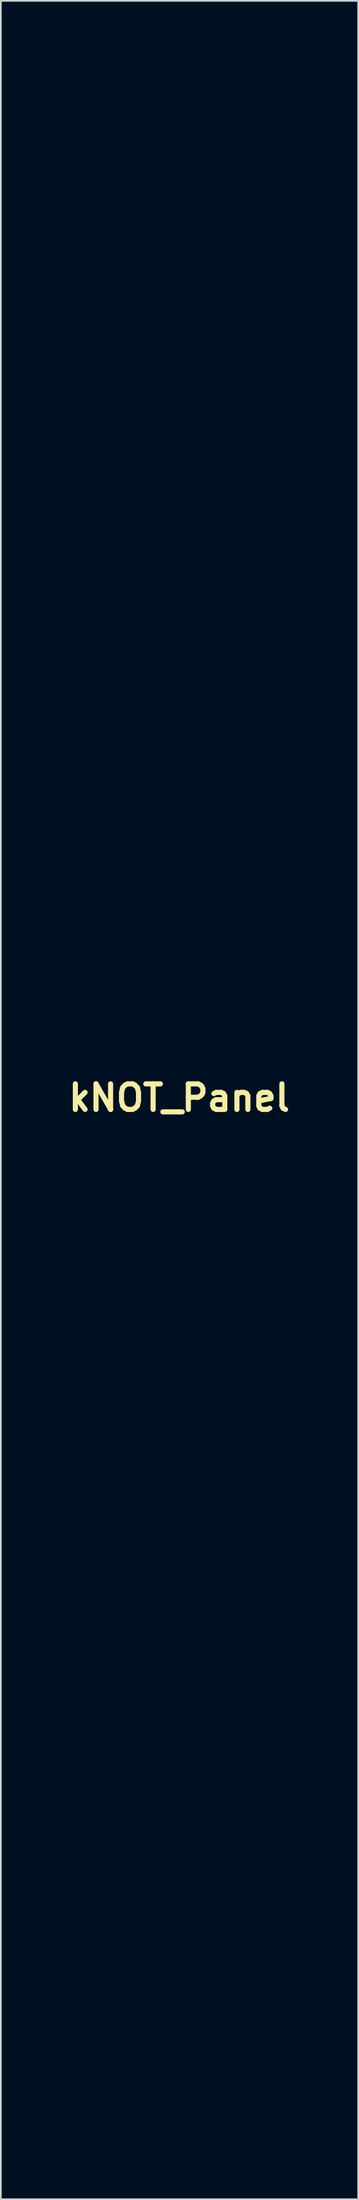
<source format=kicad_pcb>
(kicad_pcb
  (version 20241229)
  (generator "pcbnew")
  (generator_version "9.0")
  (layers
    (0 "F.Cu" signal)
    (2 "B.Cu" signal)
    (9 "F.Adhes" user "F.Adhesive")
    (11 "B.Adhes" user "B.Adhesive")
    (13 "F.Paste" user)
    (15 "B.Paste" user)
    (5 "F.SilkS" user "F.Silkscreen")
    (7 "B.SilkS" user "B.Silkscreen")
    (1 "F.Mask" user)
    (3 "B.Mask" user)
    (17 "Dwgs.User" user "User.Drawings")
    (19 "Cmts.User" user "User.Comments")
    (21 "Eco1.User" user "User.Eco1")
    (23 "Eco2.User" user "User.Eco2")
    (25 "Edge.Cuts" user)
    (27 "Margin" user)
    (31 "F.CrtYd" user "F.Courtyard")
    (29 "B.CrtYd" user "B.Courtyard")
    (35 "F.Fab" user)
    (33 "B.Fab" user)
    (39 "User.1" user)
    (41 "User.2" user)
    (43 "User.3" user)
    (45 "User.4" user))
  (footprint "kNOT_Panel"
    (layer "F.Cu")
    (at 7.488 61.354)
    (property "Reference" "kNOT_Panel" (at 0 0 0) (layer "F.SilkS") (effects (font (size 1.5 1.5) (thickness 0.3))))
    (attr board_only exclude_from_pos_files exclude_from_bom)
    (fp_poly (pts (xy -3.873 -34.485) (xy -3.873 -34.34) (xy -4.986 -34.34) (xy -6.1 -34.34) (xy -6.1 -34.485) (xy -6.1 -34.63) (xy -4.986 -34.63) (xy -3.873 -34.63)) (stroke (width 0) (type solid)) (fill yes) (layer "F.Mask"))
    (fp_poly (pts (xy -3.873 3.599) (xy -3.873 3.744) (xy -4.986 3.744) (xy -6.1 3.744) (xy -6.1 3.599) (xy -6.1 3.453) (xy -4.986 3.453) (xy -3.873 3.453)) (stroke (width 0) (type solid)) (fill yes) (layer "F.Mask"))
    (fp_poly (pts (xy -3.873 41.715) (xy -3.873 41.86) (xy -4.986 41.86) (xy -6.1 41.86) (xy -6.1 41.715) (xy -6.1 41.57) (xy -4.986 41.57) (xy -3.873 41.57)) (stroke (width 0) (type solid)) (fill yes) (layer "F.Mask"))
    (fp_poly (pts (xy -2.453 -61.128) (xy -2.453 -60.902) (xy -4.97 -60.902) (xy -7.488 -60.902) (xy -7.488 -61.128) (xy -7.488 -61.354) (xy -4.97 -61.354) (xy -2.453 -61.354)) (stroke (width 0) (type solid)) (fill yes) (layer "F.Mask"))
    (fp_poly (pts (xy -2.453 61.386) (xy -2.453 61.612) (xy -4.97 61.612) (xy -7.488 61.612) (xy -7.488 61.386) (xy -7.488 61.16) (xy -4.97 61.16) (xy -2.453 61.16)) (stroke (width 0) (type solid)) (fill yes) (layer "F.Mask"))
    (fp_poly (pts (xy 0.194 -23.689) (xy 0.194 -23.238) (xy 0 -23.238) (xy -0.194 -23.238) (xy -0.194 -23.689) (xy -0.194 -24.141) (xy 0 -24.141) (xy 0.194 -24.141)) (stroke (width 0) (type solid)) (fill yes) (layer "F.Mask"))
    (fp_poly (pts (xy 0.194 -22.35) (xy 0.194 -21.947) (xy 0 -21.947) (xy -0.194 -21.947) (xy -0.194 -22.35) (xy -0.194 -22.753) (xy 0 -22.753) (xy 0.194 -22.753)) (stroke (width 0) (type solid)) (fill yes) (layer "F.Mask"))
    (fp_poly (pts (xy 0.194 -21.059) (xy 0.194 -20.656) (xy 0 -20.656) (xy -0.194 -20.656) (xy -0.194 -21.059) (xy -0.194 -21.463) (xy 0 -21.463) (xy 0.194 -21.463)) (stroke (width 0) (type solid)) (fill yes) (layer "F.Mask"))
    (fp_poly (pts (xy 0.194 -19.768) (xy 0.194 -19.365) (xy 0 -19.365) (xy -0.194 -19.365) (xy -0.194 -19.768) (xy -0.194 -20.172) (xy 0 -20.172) (xy 0.194 -20.172)) (stroke (width 0) (type solid)) (fill yes) (layer "F.Mask"))
    (fp_poly (pts (xy 0.194 -18.477) (xy 0.194 -18.074) (xy 0 -18.074) (xy -0.194 -18.074) (xy -0.194 -18.477) (xy -0.194 -18.881) (xy 0 -18.881) (xy 0.194 -18.881)) (stroke (width 0) (type solid)) (fill yes) (layer "F.Mask"))
    (fp_poly (pts (xy 0.194 -17.186) (xy 0.194 -16.783) (xy 0 -16.783) (xy -0.194 -16.783) (xy -0.194 -17.186) (xy -0.194 -17.59) (xy 0 -17.59) (xy 0.194 -17.59)) (stroke (width 0) (type solid)) (fill yes) (layer "F.Mask"))
    (fp_poly (pts (xy 0.194 -15.895) (xy 0.194 -15.492) (xy 0 -15.492) (xy -0.194 -15.492) (xy -0.194 -15.895) (xy -0.194 -16.299) (xy 0 -16.299) (xy 0.194 -16.299)) (stroke (width 0) (type solid)) (fill yes) (layer "F.Mask"))
    (fp_poly (pts (xy 0.194 14.524) (xy 0.194 14.975) (xy 0 14.975) (xy -0.194 14.975) (xy -0.194 14.524) (xy -0.194 14.072) (xy 0 14.072) (xy 0.194 14.072)) (stroke (width 0) (type solid)) (fill yes) (layer "F.Mask"))
    (fp_poly (pts (xy 0.194 15.863) (xy 0.194 16.266) (xy 0 16.266) (xy -0.194 16.266) (xy -0.194 15.863) (xy -0.194 15.459) (xy 0 15.459) (xy 0.194 15.459)) (stroke (width 0) (type solid)) (fill yes) (layer "F.Mask"))
    (fp_poly (pts (xy 0.194 17.154) (xy 0.194 17.557) (xy 0 17.557) (xy -0.194 17.557) (xy -0.194 17.154) (xy -0.194 16.75) (xy 0 16.75) (xy 0.194 16.75)) (stroke (width 0) (type solid)) (fill yes) (layer "F.Mask"))
    (fp_poly (pts (xy 0.194 18.445) (xy 0.194 18.848) (xy 0 18.848) (xy -0.194 18.848) (xy -0.194 18.445) (xy -0.194 18.041) (xy 0 18.041) (xy 0.194 18.041)) (stroke (width 0) (type solid)) (fill yes) (layer "F.Mask"))
    (fp_poly (pts (xy 0.194 19.736) (xy 0.194 20.139) (xy 0 20.139) (xy -0.194 20.139) (xy -0.194 19.736) (xy -0.194 19.332) (xy 0 19.332) (xy 0.194 19.332)) (stroke (width 0) (type solid)) (fill yes) (layer "F.Mask"))
    (fp_poly (pts (xy 0.194 21.027) (xy 0.194 21.43) (xy 0 21.43) (xy -0.194 21.43) (xy -0.194 21.027) (xy -0.194 20.623) (xy 0 20.623) (xy 0.194 20.623)) (stroke (width 0) (type solid)) (fill yes) (layer "F.Mask"))
    (fp_poly (pts (xy 0.194 22.318) (xy 0.194 22.721) (xy 0 22.721) (xy -0.194 22.721) (xy -0.194 22.318) (xy -0.194 21.914) (xy 0 21.914) (xy 0.194 21.914)) (stroke (width 0) (type solid)) (fill yes) (layer "F.Mask"))
    (fp_poly (pts (xy 0.226 -33.775) (xy 0.226 -33.34) (xy 0 -33.34) (xy -0.226 -33.34) (xy -0.226 -33.775) (xy -0.226 -34.211) (xy 0 -34.211) (xy 0.226 -34.211)) (stroke (width 0) (type solid)) (fill yes) (layer "F.Mask"))
    (fp_poly (pts (xy 0.226 4.309) (xy 0.226 4.744) (xy 0 4.744) (xy -0.226 4.744) (xy -0.226 4.309) (xy -0.226 3.873) (xy 0 3.873) (xy 0.226 3.873)) (stroke (width 0) (type solid)) (fill yes) (layer "F.Mask"))
    (fp_poly (pts (xy 0.226 42.425) (xy 0.226 42.86) (xy 0 42.86) (xy -0.226 42.86) (xy -0.226 42.425) (xy -0.226 41.989) (xy 0 41.989) (xy 0.226 41.989)) (stroke (width 0) (type solid)) (fill yes) (layer "F.Mask"))
    (fp_poly (pts (xy 6.971 -57.562) (xy 6.971 -57.352) (xy 1.614 -57.352) (xy -3.744 -57.352) (xy -3.744 -57.562) (xy -3.744 -57.771) (xy 1.614 -57.771) (xy 6.971 -57.771)) (stroke (width 0) (type solid)) (fill yes) (layer "F.Mask"))
    (fp_poly (pts (xy 7.52 -61.128) (xy 7.52 -60.902) (xy 5.003 -60.902) (xy 2.485 -60.902) (xy 2.485 -61.128) (xy 2.485 -61.354) (xy 5.003 -61.354) (xy 7.52 -61.354)) (stroke (width 0) (type solid)) (fill yes) (layer "F.Mask"))
    (fp_poly (pts (xy 7.52 61.386) (xy 7.52 61.612) (xy 5.003 61.612) (xy 2.485 61.612) (xy 2.485 61.386) (xy 2.485 61.16) (xy 5.003 61.16) (xy 7.52 61.16)) (stroke (width 0) (type solid)) (fill yes) (layer "F.Mask"))
    (fp_poly (pts (xy 6.939 -56.626) (xy 6.939 -56.383) (xy 6.326 -56.383) (xy 5.713 -56.383) (xy 5.713 -55.286) (xy 5.713 -54.189) (xy 5.39 -54.189) (xy 5.067 -54.189) (xy 5.067 -55.286) (xy 5.067 -56.383) (xy 4.454 -56.383) (xy 3.841 -56.383) (xy 3.841 -56.626) (xy 3.841 -56.868) (xy 5.39 -56.868) (xy 6.939 -56.868)) (stroke (width 0) (type solid)) (fill yes) (layer "F.Mask"))
    (fp_poly (pts (xy -6.157 -55.952) (xy -6.148 -55.52) (xy -5.535 -55.95) (xy -4.922 -56.381) (xy -4.519 -56.382) (xy -4.117 -56.383) (xy -4.841 -55.899) (xy -5.034 -55.769) (xy -5.209 -55.651) (xy -5.36 -55.549) (xy -5.479 -55.467) (xy -5.559 -55.412) (xy -5.592 -55.387) (xy -5.593 -55.387) (xy -5.574 -55.362) (xy -5.508 -55.306) (xy -5.401 -55.222) (xy -5.26 -55.116) (xy -5.09 -54.991) (xy -4.897 -54.854) (xy -4.796 -54.782) (xy -3.973 -54.205) (xy -4.391 -54.196) (xy -4.81 -54.187) (xy -5.479 -54.671) (xy -6.148 -55.154) (xy -6.157 -54.672) (xy -6.166 -54.189) (xy -6.44 -54.189) (xy -6.713 -54.189) (xy -6.713 -55.286) (xy -6.713 -56.383) (xy -6.44 -56.383) (xy -6.166 -56.383)) (stroke (width 0) (type solid)) (fill yes) (layer "F.Mask"))
    (fp_poly (pts (xy -4.989 -51.832) (xy -4.793 -51.831) (xy -4.32 -50.993) (xy -3.847 -50.155) (xy -4.069 -50.155) (xy -4.292 -50.155) (xy -4.389 -50.348) (xy -4.487 -50.542) (xy -5.013 -50.542) (xy -5.539 -50.542) (xy -5.632 -50.348) (xy -5.724 -50.155) (xy -5.926 -50.155) (xy -6.128 -50.155) (xy -5.869 -50.614) (xy -5.759 -50.81) (xy -5.733 -50.857) (xy -5.352 -50.857) (xy -5.327 -50.847) (xy -5.249 -50.839) (xy -5.132 -50.834) (xy -5.007 -50.832) (xy -4.651 -50.832) (xy -4.799 -51.115) (xy -4.866 -51.24) (xy -4.926 -51.345) (xy -4.969 -51.417) (xy -4.984 -51.437) (xy -5.008 -51.442) (xy -5.044 -51.409) (xy -5.096 -51.331) (xy -5.169 -51.201) (xy -5.181 -51.179) (xy -5.248 -51.054) (xy -5.304 -50.95) (xy -5.341 -50.879) (xy -5.352 -50.857) (xy -5.733 -50.857) (xy -5.639 -51.024) (xy -5.521 -51.234) (xy -5.419 -51.416) (xy -5.397 -51.454) (xy -5.184 -51.833)) (stroke (width 0) (type solid)) (fill yes) (layer "F.Mask"))
    (fp_poly (pts (xy -4.989 -33.952) (xy -4.793 -33.951) (xy -4.32 -33.113) (xy -3.847 -32.274) (xy -4.069 -32.274) (xy -4.292 -32.274) (xy -4.389 -32.468) (xy -4.487 -32.662) (xy -5.013 -32.662) (xy -5.539 -32.662) (xy -5.632 -32.468) (xy -5.724 -32.274) (xy -5.926 -32.274) (xy -6.128 -32.274) (xy -5.869 -32.734) (xy -5.759 -32.93) (xy -5.733 -32.977) (xy -5.352 -32.977) (xy -5.327 -32.967) (xy -5.249 -32.959) (xy -5.132 -32.954) (xy -5.007 -32.952) (xy -4.651 -32.952) (xy -4.799 -33.235) (xy -4.866 -33.36) (xy -4.926 -33.465) (xy -4.969 -33.537) (xy -4.984 -33.557) (xy -5.008 -33.562) (xy -5.044 -33.529) (xy -5.096 -33.451) (xy -5.169 -33.321) (xy -5.181 -33.299) (xy -5.248 -33.174) (xy -5.304 -33.069) (xy -5.341 -32.999) (xy -5.352 -32.977) (xy -5.733 -32.977) (xy -5.639 -33.144) (xy -5.521 -33.354) (xy -5.419 -33.536) (xy -5.397 -33.574) (xy -5.184 -33.953)) (stroke (width 0) (type solid)) (fill yes) (layer "F.Mask"))
    (fp_poly (pts (xy -0.613 -55.528) (xy -0.613 -54.189) (xy -0.831 -54.19) (xy -1.049 -54.191) (xy -1.985 -54.983) (xy -2.201 -55.167) (xy -2.407 -55.343) (xy -2.597 -55.505) (xy -2.763 -55.648) (xy -2.899 -55.767) (xy -2.999 -55.855) (xy -3.057 -55.907) (xy -3.058 -55.909) (xy -3.195 -56.042) (xy -3.195 -55.115) (xy -3.195 -54.189) (xy -3.47 -54.189) (xy -3.744 -54.189) (xy -3.744 -55.528) (xy -3.744 -56.868) (xy -3.526 -56.867) (xy -3.308 -56.866) (xy -2.291 -56.01) (xy -2.07 -55.823) (xy -1.862 -55.647) (xy -1.674 -55.487) (xy -1.511 -55.347) (xy -1.378 -55.232) (xy -1.282 -55.147) (xy -1.227 -55.097) (xy -1.218 -55.088) (xy -1.202 -55.071) (xy -1.189 -55.068) (xy -1.179 -55.086) (xy -1.172 -55.131) (xy -1.167 -55.209) (xy -1.164 -55.327) (xy -1.163 -55.492) (xy -1.162 -55.708) (xy -1.162 -55.944) (xy -1.162 -56.868) (xy -0.888 -56.868) (xy -0.613 -56.868)) (stroke (width 0) (type solid)) (fill yes) (layer "F.Mask"))
    (fp_poly (pts (xy -0.008 -15.001) (xy 0.178 -14.991) (xy 0.194 -14.495) (xy 0.21 -13.999) (xy 0.355 -14.183) (xy 0.434 -14.283) (xy 0.504 -14.371) (xy 0.548 -14.426) (xy 0.549 -14.427) (xy 0.59 -14.477) (xy 0.659 -14.564) (xy 0.744 -14.672) (xy 0.791 -14.73) (xy 0.984 -14.974) (xy 0.994 -14.635) (xy 0.995 -14.46) (xy 0.989 -14.342) (xy 0.974 -14.272) (xy 0.961 -14.252) (xy 0.93 -14.215) (xy 0.865 -14.135) (xy 0.773 -14.021) (xy 0.659 -13.879) (xy 0.532 -13.718) (xy 0.47 -13.64) (xy 0.34 -13.476) (xy 0.223 -13.331) (xy 0.125 -13.211) (xy 0.052 -13.124) (xy 0.01 -13.077) (xy 0.002 -13.071) (xy -0.022 -13.095) (xy -0.081 -13.163) (xy -0.169 -13.268) (xy -0.279 -13.402) (xy -0.407 -13.56) (xy -0.508 -13.686) (xy -1.001 -14.3) (xy -1.001 -14.64) (xy -0.999 -14.792) (xy -0.994 -14.889) (xy -0.985 -14.937) (xy -0.97 -14.945) (xy -0.96 -14.937) (xy -0.926 -14.898) (xy -0.861 -14.817) (xy -0.772 -14.707) (xy -0.669 -14.578) (xy -0.629 -14.528) (xy -0.519 -14.389) (xy -0.417 -14.261) (xy -0.334 -14.157) (xy -0.278 -14.088) (xy -0.267 -14.076) (xy -0.196 -13.991) (xy -0.195 -14.501) (xy -0.194 -15.011)) (stroke (width 0) (type solid)) (fill yes) (layer "F.Mask"))
    (fp_poly (pts (xy -0.008 23.212) (xy 0.178 23.221) (xy 0.194 23.718) (xy 0.21 24.214) (xy 0.355 24.03) (xy 0.434 23.93) (xy 0.504 23.842) (xy 0.548 23.787) (xy 0.549 23.786) (xy 0.59 23.735) (xy 0.659 23.649) (xy 0.744 23.541) (xy 0.791 23.483) (xy 0.984 23.239) (xy 0.994 23.578) (xy 0.995 23.753) (xy 0.989 23.871) (xy 0.974 23.941) (xy 0.961 23.961) (xy 0.93 23.998) (xy 0.865 24.078) (xy 0.773 24.192) (xy 0.659 24.334) (xy 0.532 24.495) (xy 0.47 24.573) (xy 0.34 24.737) (xy 0.223 24.882) (xy 0.125 25.002) (xy 0.052 25.089) (xy 0.01 25.136) (xy 0.002 25.142) (xy -0.022 25.118) (xy -0.081 25.05) (xy -0.169 24.945) (xy -0.279 24.811) (xy -0.407 24.653) (xy -0.508 24.527) (xy -1.001 23.913) (xy -1.001 23.573) (xy -0.999 23.421) (xy -0.994 23.324) (xy -0.985 23.276) (xy -0.97 23.268) (xy -0.96 23.276) (xy -0.926 23.315) (xy -0.861 23.396) (xy -0.772 23.506) (xy -0.669 23.635) (xy -0.629 23.685) (xy -0.519 23.824) (xy -0.417 23.952) (xy -0.334 24.056) (xy -0.278 24.125) (xy -0.267 24.137) (xy -0.196 24.222) (xy -0.195 23.712) (xy -0.194 23.202)) (stroke (width 0) (type solid)) (fill yes) (layer "F.Mask"))
    (fp_poly (pts (xy -4.712 24.369) (xy -4.506 24.374) (xy -4.355 24.382) (xy -4.254 24.393) (xy -4.197 24.408) (xy -4.196 24.409) (xy -4.121 24.479) (xy -4.066 24.597) (xy -4.038 24.746) (xy -4.036 24.793) (xy -4.038 24.86) (xy -4.056 24.902) (xy -4.103 24.93) (xy -4.19 24.95) (xy -4.301 24.966) (xy -4.454 24.988) (xy -4.454 24.823) (xy -4.454 24.658) (xy -4.97 24.658) (xy -5.487 24.658) (xy -5.487 25.19) (xy -5.487 25.723) (xy -4.97 25.723) (xy -4.454 25.723) (xy -4.454 25.542) (xy -4.454 25.362) (xy -4.317 25.385) (xy -4.181 25.411) (xy -4.097 25.44) (xy -4.054 25.481) (xy -4.037 25.544) (xy -4.036 25.601) (xy -4.054 25.768) (xy -4.101 25.901) (xy -4.172 25.989) (xy -4.196 26.004) (xy -4.25 26.019) (xy -4.35 26.031) (xy -4.498 26.039) (xy -4.701 26.043) (xy -4.963 26.045) (xy -4.977 26.045) (xy -5.206 26.045) (xy -5.381 26.044) (xy -5.508 26.041) (xy -5.599 26.035) (xy -5.661 26.026) (xy -5.704 26.012) (xy -5.736 25.993) (xy -5.767 25.968) (xy -5.858 25.89) (xy -5.858 25.206) (xy -5.858 24.523) (xy -5.767 24.445) (xy -5.736 24.42) (xy -5.703 24.4) (xy -5.66 24.387) (xy -5.598 24.377) (xy -5.507 24.372) (xy -5.379 24.369) (xy -5.204 24.368) (xy -4.977 24.368)) (stroke (width 0) (type solid)) (fill yes) (layer "F.Mask"))
    (fp_poly (pts (xy -4.712 42.249) (xy -4.506 42.254) (xy -4.355 42.262) (xy -4.254 42.273) (xy -4.197 42.288) (xy -4.196 42.289) (xy -4.121 42.359) (xy -4.066 42.477) (xy -4.038 42.626) (xy -4.036 42.673) (xy -4.038 42.74) (xy -4.056 42.782) (xy -4.103 42.81) (xy -4.19 42.83) (xy -4.301 42.846) (xy -4.454 42.868) (xy -4.454 42.703) (xy -4.454 42.538) (xy -4.97 42.538) (xy -5.487 42.538) (xy -5.487 43.07) (xy -5.487 43.603) (xy -4.97 43.603) (xy -4.454 43.603) (xy -4.454 43.422) (xy -4.454 43.242) (xy -4.317 43.265) (xy -4.181 43.291) (xy -4.097 43.32) (xy -4.054 43.361) (xy -4.037 43.424) (xy -4.036 43.481) (xy -4.054 43.648) (xy -4.101 43.781) (xy -4.172 43.869) (xy -4.196 43.884) (xy -4.25 43.899) (xy -4.35 43.911) (xy -4.498 43.919) (xy -4.701 43.923) (xy -4.963 43.925) (xy -4.977 43.925) (xy -5.206 43.925) (xy -5.381 43.924) (xy -5.508 43.921) (xy -5.599 43.915) (xy -5.661 43.906) (xy -5.704 43.892) (xy -5.736 43.873) (xy -5.767 43.848) (xy -5.858 43.77) (xy -5.858 43.086) (xy -5.858 42.403) (xy -5.767 42.325) (xy -5.736 42.3) (xy -5.703 42.28) (xy -5.66 42.267) (xy -5.598 42.257) (xy -5.507 42.252) (xy -5.379 42.249) (xy -5.204 42.248) (xy -4.977 42.248)) (stroke (width 0) (type solid)) (fill yes) (layer "F.Mask"))
    (fp_poly (pts (xy -4.82 -13.749) (xy -4.628 -13.748) (xy -4.484 -13.745) (xy -4.379 -13.741) (xy -4.306 -13.734) (xy -4.256 -13.723) (xy -4.221 -13.707) (xy -4.192 -13.687) (xy -4.176 -13.674) (xy -4.121 -13.613) (xy -4.09 -13.536) (xy -4.074 -13.42) (xy -4.074 -13.417) (xy -4.069 -13.256) (xy -4.087 -13.142) (xy -4.134 -13.062) (xy -4.205 -13.006) (xy -4.262 -12.966) (xy -4.278 -12.944) (xy -4.273 -12.942) (xy -4.228 -12.921) (xy -4.164 -12.869) (xy -4.152 -12.857) (xy -4.107 -12.806) (xy -4.082 -12.751) (xy -4.07 -12.673) (xy -4.067 -12.553) (xy -4.067 -12.532) (xy -4.069 -12.406) (xy -4.079 -12.304) (xy -4.105 -12.226) (xy -4.152 -12.168) (xy -4.227 -12.126) (xy -4.337 -12.098) (xy -4.487 -12.082) (xy -4.686 -12.074) (xy -4.939 -12.071) (xy -5.114 -12.071) (xy -5.874 -12.071) (xy -5.874 -12.587) (xy -5.487 -12.587) (xy -5.487 -12.361) (xy -5.017 -12.361) (xy -4.841 -12.363) (xy -4.687 -12.37) (xy -4.567 -12.379) (xy -4.495 -12.39) (xy -4.484 -12.395) (xy -4.444 -12.432) (xy -4.425 -12.5) (xy -4.422 -12.587) (xy -4.428 -12.692) (xy -4.451 -12.752) (xy -4.484 -12.78) (xy -4.538 -12.792) (xy -4.644 -12.802) (xy -4.789 -12.809) (xy -4.959 -12.813) (xy -5.017 -12.813) (xy -5.487 -12.813) (xy -5.487 -12.587) (xy -5.874 -12.587) (xy -5.874 -12.91) (xy -5.874 -13.281) (xy -5.487 -13.281) (xy -5.487 -13.103) (xy -4.993 -13.103) (xy -4.772 -13.106) (xy -4.612 -13.113) (xy -4.51 -13.124) (xy -4.461 -13.141) (xy -4.46 -13.142) (xy -4.433 -13.2) (xy -4.422 -13.281) (xy -4.425 -13.345) (xy -4.442 -13.391) (xy -4.48 -13.423) (xy -4.548 -13.443) (xy -4.656 -13.453) (xy -4.813 -13.458) (xy -4.993 -13.458) (xy -5.487 -13.458) (xy -5.487 -13.281) (xy -5.874 -13.281) (xy -5.874 -13.749) (xy -5.069 -13.749)) (stroke (width 0) (type solid)) (fill yes) (layer "F.Mask"))
    (fp_poly (pts (xy -4.82 4.131) (xy -4.628 4.132) (xy -4.484 4.135) (xy -4.379 4.139) (xy -4.306 4.146) (xy -4.256 4.157) (xy -4.221 4.173) (xy -4.192 4.193) (xy -4.176 4.206) (xy -4.121 4.267) (xy -4.09 4.344) (xy -4.074 4.46) (xy -4.074 4.463) (xy -4.069 4.624) (xy -4.087 4.738) (xy -4.134 4.818) (xy -4.205 4.874) (xy -4.262 4.914) (xy -4.278 4.936) (xy -4.273 4.938) (xy -4.228 4.959) (xy -4.164 5.011) (xy -4.152 5.023) (xy -4.107 5.074) (xy -4.082 5.129) (xy -4.07 5.207) (xy -4.067 5.327) (xy -4.067 5.348) (xy -4.069 5.475) (xy -4.079 5.576) (xy -4.105 5.654) (xy -4.152 5.713) (xy -4.227 5.754) (xy -4.337 5.782) (xy -4.487 5.798) (xy -4.686 5.806) (xy -4.939 5.809) (xy -5.114 5.809) (xy -5.874 5.809) (xy -5.874 5.293) (xy -5.487 5.293) (xy -5.487 5.519) (xy -5.017 5.519) (xy -4.841 5.517) (xy -4.687 5.511) (xy -4.567 5.501) (xy -4.495 5.49) (xy -4.484 5.486) (xy -4.444 5.448) (xy -4.425 5.38) (xy -4.422 5.293) (xy -4.428 5.188) (xy -4.451 5.128) (xy -4.484 5.101) (xy -4.538 5.088) (xy -4.644 5.078) (xy -4.789 5.071) (xy -4.959 5.067) (xy -5.017 5.067) (xy -5.487 5.067) (xy -5.487 5.293) (xy -5.874 5.293) (xy -5.874 4.97) (xy -5.874 4.599) (xy -5.487 4.599) (xy -5.487 4.777) (xy -4.993 4.777) (xy -4.772 4.774) (xy -4.612 4.768) (xy -4.51 4.756) (xy -4.461 4.739) (xy -4.46 4.738) (xy -4.433 4.68) (xy -4.422 4.599) (xy -4.425 4.535) (xy -4.442 4.489) (xy -4.48 4.457) (xy -4.548 4.438) (xy -4.656 4.427) (xy -4.813 4.422) (xy -4.993 4.422) (xy -5.487 4.422) (xy -5.487 4.599) (xy -5.874 4.599) (xy -5.874 4.131) (xy -5.069 4.131)) (stroke (width 0) (type solid)) (fill yes) (layer "F.Mask"))
    (fp_poly (pts (xy 1.585 -56.864) (xy 1.89 -56.862) (xy 1.998 -56.861) (xy 2.321 -56.858) (xy 2.586 -56.856) (xy 2.798 -56.853) (xy 2.965 -56.85) (xy 3.093 -56.845) (xy 3.188 -56.839) (xy 3.256 -56.831) (xy 3.304 -56.822) (xy 3.338 -56.809) (xy 3.365 -56.794) (xy 3.378 -56.785) (xy 3.433 -56.742) (xy 3.477 -56.7) (xy 3.512 -56.649) (xy 3.538 -56.584) (xy 3.556 -56.497) (xy 3.568 -56.381) (xy 3.575 -56.228) (xy 3.578 -56.033) (xy 3.578 -55.786) (xy 3.575 -55.494) (xy 3.572 -55.199) (xy 3.569 -54.961) (xy 3.563 -54.773) (xy 3.555 -54.628) (xy 3.542 -54.519) (xy 3.523 -54.439) (xy 3.498 -54.381) (xy 3.465 -54.337) (xy 3.422 -54.301) (xy 3.37 -54.265) (xy 3.366 -54.262) (xy 3.339 -54.248) (xy 3.303 -54.236) (xy 3.252 -54.226) (xy 3.179 -54.218) (xy 3.077 -54.212) (xy 2.942 -54.208) (xy 2.766 -54.204) (xy 2.543 -54.201) (xy 2.267 -54.199) (xy 1.986 -54.197) (xy 1.662 -54.195) (xy 1.395 -54.194) (xy 1.18 -54.194) (xy 1.01 -54.196) (xy 0.879 -54.199) (xy 0.779 -54.203) (xy 0.705 -54.21) (xy 0.649 -54.22) (xy 0.606 -54.232) (xy 0.568 -54.246) (xy 0.559 -54.251) (xy 0.493 -54.283) (xy 0.439 -54.316) (xy 0.397 -54.358) (xy 0.365 -54.415) (xy 0.342 -54.495) (xy 0.326 -54.603) (xy 0.315 -54.746) (xy 0.31 -54.933) (xy 0.307 -55.169) (xy 0.307 -55.461) (xy 0.307 -55.528) (xy 0.307 -55.544) (xy 0.936 -55.544) (xy 0.936 -54.705) (xy 1.953 -54.705) (xy 2.969 -54.705) (xy 2.969 -55.544) (xy 2.969 -56.383) (xy 1.953 -56.383) (xy 0.936 -56.383) (xy 0.936 -55.544) (xy 0.307 -55.544) (xy 0.307 -55.833) (xy 0.309 -56.08) (xy 0.314 -56.276) (xy 0.323 -56.428) (xy 0.338 -56.543) (xy 0.36 -56.628) (xy 0.391 -56.689) (xy 0.431 -56.733) (xy 0.483 -56.768) (xy 0.548 -56.799) (xy 0.567 -56.807) (xy 0.606 -56.823) (xy 0.648 -56.836) (xy 0.699 -56.846) (xy 0.768 -56.854) (xy 0.859 -56.859) (xy 0.98 -56.863) (xy 1.136 -56.864) (xy 1.336 -56.865)) (stroke (width 0) (type solid)) (fill yes) (layer "F.Mask"))
    (fp_poly (pts (xy 0.226 -42.941) (xy 0.226 -42.57) (xy 1.471 -42.57) (xy 1.747 -42.569) (xy 2.001 -42.567) (xy 2.227 -42.564) (xy 2.417 -42.561) (xy 2.564 -42.556) (xy 2.662 -42.551) (xy 2.705 -42.545) (xy 2.706 -42.543) (xy 2.686 -42.508) (xy 2.635 -42.423) (xy 2.557 -42.294) (xy 2.455 -42.126) (xy 2.332 -41.924) (xy 2.191 -41.693) (xy 2.035 -41.438) (xy 1.866 -41.164) (xy 1.689 -40.876) (xy 1.507 -40.579) (xy 1.322 -40.278) (xy 1.137 -39.979) (xy 0.956 -39.685) (xy 0.782 -39.403) (xy 0.617 -39.137) (xy 0.466 -38.892) (xy 0.33 -38.673) (xy 0.214 -38.486) (xy 0.119 -38.335) (xy 0.05 -38.226) (xy 0.01 -38.163) (xy 0 -38.149) (xy -0.019 -38.176) (xy -0.069 -38.254) (xy -0.148 -38.378) (xy -0.252 -38.545) (xy -0.38 -38.751) (xy -0.529 -38.991) (xy -0.696 -39.262) (xy -0.879 -39.558) (xy -1.075 -39.876) (xy -1.282 -40.213) (xy -1.356 -40.333) (xy -1.565 -40.675) (xy -1.765 -41.001) (xy -1.953 -41.307) (xy -2.125 -41.589) (xy -2.28 -41.843) (xy -2.415 -42.064) (xy -2.432 -42.092) (xy -1.899 -42.092) (xy -1.875 -42.048) (xy -1.822 -41.957) (xy -1.743 -41.826) (xy -1.642 -41.659) (xy -1.523 -41.464) (xy -1.389 -41.246) (xy -1.244 -41.011) (xy -1.092 -40.765) (xy -0.936 -40.514) (xy -0.781 -40.265) (xy -0.629 -40.022) (xy -0.486 -39.793) (xy -0.354 -39.582) (xy -0.237 -39.397) (xy -0.139 -39.243) (xy -0.063 -39.126) (xy -0.014 -39.052) (xy 0.005 -39.027) (xy 0.026 -39.056) (xy 0.078 -39.134) (xy 0.156 -39.258) (xy 0.259 -39.422) (xy 0.384 -39.62) (xy 0.526 -39.85) (xy 0.683 -40.104) (xy 0.852 -40.378) (xy 0.967 -40.565) (xy 1.141 -40.85) (xy 1.305 -41.118) (xy 1.455 -41.364) (xy 1.589 -41.584) (xy 1.703 -41.771) (xy 1.794 -41.922) (xy 1.86 -42.031) (xy 1.897 -42.093) (xy 1.904 -42.107) (xy 1.873 -42.109) (xy 1.783 -42.111) (xy 1.639 -42.112) (xy 1.448 -42.114) (xy 1.214 -42.115) (xy 0.945 -42.117) (xy 0.644 -42.117) (xy 0.318 -42.118) (xy -0.003 -42.118) (xy -0.346 -42.118) (xy -0.67 -42.117) (xy -0.968 -42.115) (xy -1.234 -42.112) (xy -1.463 -42.109) (xy -1.65 -42.105) (xy -1.788 -42.101) (xy -1.873 -42.096) (xy -1.899 -42.092) (xy -2.432 -42.092) (xy -2.528 -42.249) (xy -2.615 -42.392) (xy -2.674 -42.49) (xy -2.703 -42.539) (xy -2.706 -42.543) (xy -2.677 -42.549) (xy -2.591 -42.555) (xy -2.454 -42.56) (xy -2.272 -42.564) (xy -2.054 -42.567) (xy -1.806 -42.569) (xy -1.535 -42.57) (xy -1.471 -42.57) (xy -0.226 -42.57) (xy -0.226 -42.941) (xy -0.226 -43.312) (xy 0 -43.312) (xy 0.226 -43.312)) (stroke (width 0) (type solid)) (fill yes) (layer "F.Mask"))
    (fp_poly (pts (xy 0.226 -4.857) (xy 0.226 -4.486) (xy 1.471 -4.486) (xy 1.747 -4.485) (xy 2.001 -4.484) (xy 2.227 -4.481) (xy 2.417 -4.477) (xy 2.564 -4.472) (xy 2.662 -4.467) (xy 2.705 -4.461) (xy 2.706 -4.46) (xy 2.686 -4.424) (xy 2.635 -4.339) (xy 2.557 -4.21) (xy 2.455 -4.042) (xy 2.332 -3.84) (xy 2.191 -3.609) (xy 2.035 -3.354) (xy 1.866 -3.08) (xy 1.689 -2.792) (xy 1.507 -2.495) (xy 1.322 -2.194) (xy 1.137 -1.895) (xy 0.956 -1.601) (xy 0.782 -1.319) (xy 0.617 -1.053) (xy 0.466 -0.808) (xy 0.33 -0.59) (xy 0.214 -0.402) (xy 0.119 -0.252) (xy 0.05 -0.142) (xy 0.01 -0.079) (xy 0 -0.065) (xy -0.019 -0.092) (xy -0.069 -0.17) (xy -0.148 -0.294) (xy -0.252 -0.462) (xy -0.38 -0.667) (xy -0.529 -0.907) (xy -0.696 -1.178) (xy -0.879 -1.474) (xy -1.075 -1.793) (xy -1.282 -2.129) (xy -1.356 -2.249) (xy -1.565 -2.591) (xy -1.765 -2.917) (xy -1.953 -3.224) (xy -2.125 -3.506) (xy -2.28 -3.759) (xy -2.415 -3.98) (xy -2.432 -4.008) (xy -1.899 -4.008) (xy -1.875 -3.964) (xy -1.822 -3.874) (xy -1.743 -3.742) (xy -1.642 -3.576) (xy -1.523 -3.38) (xy -1.389 -3.162) (xy -1.244 -2.927) (xy -1.092 -2.681) (xy -0.936 -2.43) (xy -0.781 -2.181) (xy -0.629 -1.938) (xy -0.486 -1.709) (xy -0.354 -1.499) (xy -0.237 -1.313) (xy -0.139 -1.159) (xy -0.063 -1.042) (xy -0.014 -0.968) (xy 0.005 -0.943) (xy 0.026 -0.972) (xy 0.078 -1.05) (xy 0.156 -1.174) (xy 0.259 -1.338) (xy 0.384 -1.537) (xy 0.526 -1.766) (xy 0.683 -2.02) (xy 0.852 -2.294) (xy 0.967 -2.482) (xy 1.141 -2.766) (xy 1.305 -3.034) (xy 1.455 -3.28) (xy 1.589 -3.5) (xy 1.703 -3.687) (xy 1.794 -3.838) (xy 1.86 -3.947) (xy 1.897 -4.01) (xy 1.904 -4.023) (xy 1.873 -4.025) (xy 1.783 -4.027) (xy 1.639 -4.029) (xy 1.448 -4.03) (xy 1.214 -4.032) (xy 0.945 -4.033) (xy 0.644 -4.034) (xy 0.318 -4.034) (xy -0.003 -4.034) (xy -0.346 -4.034) (xy -0.67 -4.033) (xy -0.968 -4.031) (xy -1.234 -4.028) (xy -1.463 -4.025) (xy -1.65 -4.021) (xy -1.788 -4.017) (xy -1.873 -4.013) (xy -1.899 -4.008) (xy -2.432 -4.008) (xy -2.528 -4.165) (xy -2.615 -4.308) (xy -2.674 -4.406) (xy -2.703 -4.455) (xy -2.706 -4.459) (xy -2.677 -4.465) (xy -2.591 -4.471) (xy -2.454 -4.476) (xy -2.272 -4.48) (xy -2.054 -4.483) (xy -1.806 -4.485) (xy -1.535 -4.486) (xy -1.471 -4.486) (xy -0.226 -4.486) (xy -0.226 -4.857) (xy -0.226 -5.228) (xy 0 -5.228) (xy 0.226 -5.228)) (stroke (width 0) (type solid)) (fill yes) (layer "F.Mask"))
    (fp_poly (pts (xy 0.226 33.259) (xy 0.226 33.63) (xy 1.471 33.63) (xy 1.747 33.631) (xy 2.001 33.633) (xy 2.227 33.636) (xy 2.417 33.639) (xy 2.564 33.644) (xy 2.662 33.649) (xy 2.705 33.655) (xy 2.706 33.657) (xy 2.686 33.692) (xy 2.635 33.777) (xy 2.557 33.906) (xy 2.455 34.074) (xy 2.332 34.276) (xy 2.191 34.507) (xy 2.035 34.762) (xy 1.866 35.036) (xy 1.689 35.324) (xy 1.507 35.621) (xy 1.322 35.922) (xy 1.137 36.221) (xy 0.956 36.515) (xy 0.782 36.797) (xy 0.617 37.063) (xy 0.466 37.308) (xy 0.33 37.527) (xy 0.214 37.714) (xy 0.119 37.865) (xy 0.05 37.974) (xy 0.01 38.037) (xy 0 38.051) (xy -0.019 38.024) (xy -0.069 37.946) (xy -0.148 37.822) (xy -0.252 37.655) (xy -0.38 37.449) (xy -0.529 37.209) (xy -0.696 36.938) (xy -0.879 36.642) (xy -1.075 36.324) (xy -1.282 35.987) (xy -1.356 35.867) (xy -1.565 35.525) (xy -1.765 35.199) (xy -1.953 34.893) (xy -2.125 34.611) (xy -2.28 34.357) (xy -2.415 34.136) (xy -2.432 34.108) (xy -1.899 34.108) (xy -1.875 34.152) (xy -1.822 34.243) (xy -1.743 34.374) (xy -1.642 34.541) (xy -1.523 34.736) (xy -1.389 34.954) (xy -1.244 35.189) (xy -1.092 35.435) (xy -0.936 35.686) (xy -0.781 35.935) (xy -0.629 36.178) (xy -0.486 36.407) (xy -0.354 36.618) (xy -0.237 36.803) (xy -0.139 36.957) (xy -0.063 37.074) (xy -0.014 37.148) (xy 0.005 37.173) (xy 0.026 37.144) (xy 0.078 37.066) (xy 0.156 36.942) (xy 0.259 36.778) (xy 0.384 36.58) (xy 0.526 36.35) (xy 0.683 36.096) (xy 0.852 35.822) (xy 0.967 35.635) (xy 1.141 35.35) (xy 1.305 35.082) (xy 1.455 34.836) (xy 1.589 34.616) (xy 1.703 34.429) (xy 1.794 34.278) (xy 1.86 34.169) (xy 1.897 34.107) (xy 1.904 34.093) (xy 1.873 34.091) (xy 1.783 34.089) (xy 1.639 34.088) (xy 1.448 34.086) (xy 1.214 34.085) (xy 0.945 34.083) (xy 0.644 34.083) (xy 0.318 34.082) (xy -0.003 34.082) (xy -0.346 34.082) (xy -0.67 34.083) (xy -0.968 34.085) (xy -1.234 34.088) (xy -1.463 34.091) (xy -1.65 34.095) (xy -1.788 34.099) (xy -1.873 34.104) (xy -1.899 34.108) (xy -2.432 34.108) (xy -2.528 33.951) (xy -2.615 33.808) (xy -2.674 33.71) (xy -2.703 33.661) (xy -2.706 33.657) (xy -2.677 33.651) (xy -2.591 33.645) (xy -2.454 33.64) (xy -2.272 33.636) (xy -2.054 33.633) (xy -1.806 33.631) (xy -1.535 33.63) (xy -1.471 33.63) (xy -0.226 33.63) (xy -0.226 33.259) (xy -0.226 32.888) (xy 0 32.888) (xy 0.226 32.888)) (stroke (width 0) (type solid)) (fill yes) (layer "F.Mask")))
  (gr_rect
    (start -3 -3)
    (end 18.008 125.966)
    (stroke (width 0.1) (type default))
    (fill no)
    (layer "Edge.Cuts")))
</source>
